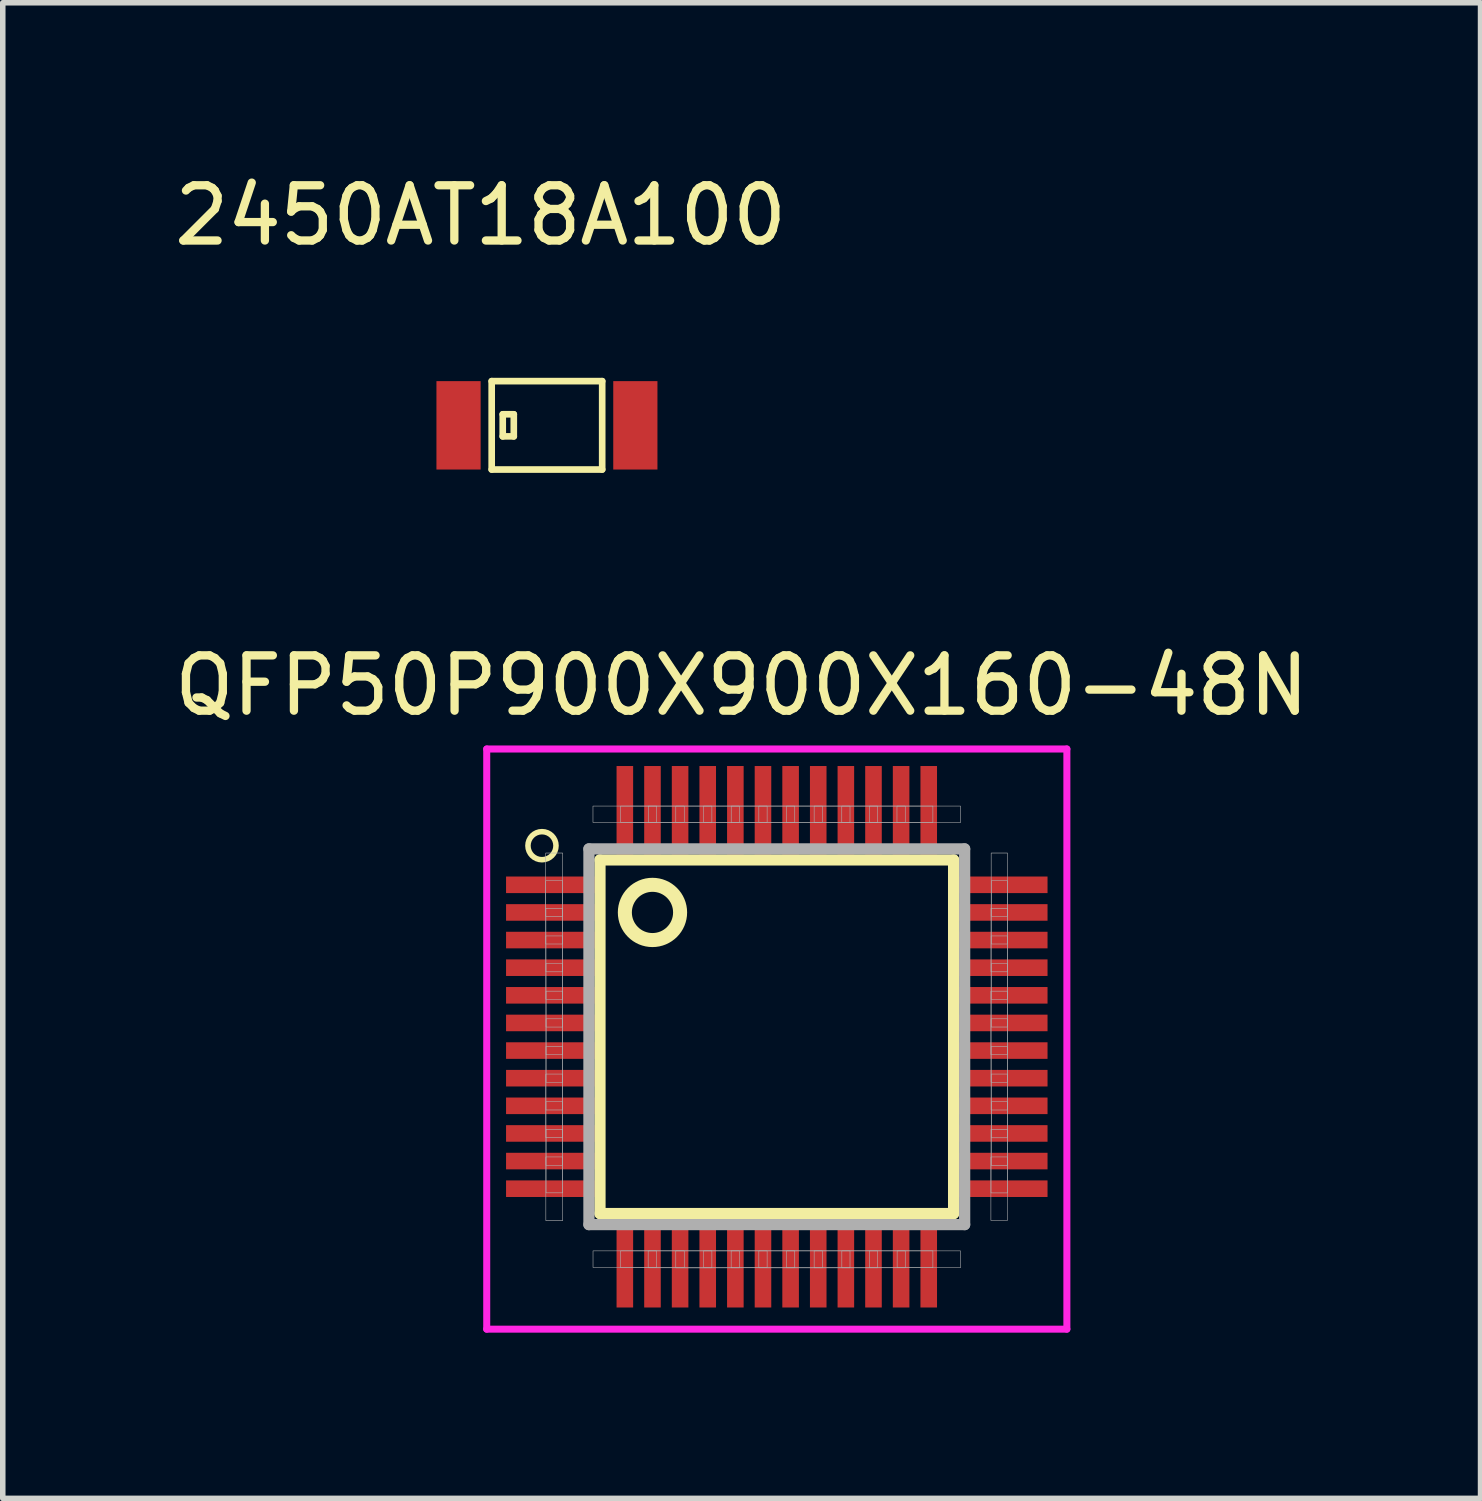
<source format=kicad_pcb>
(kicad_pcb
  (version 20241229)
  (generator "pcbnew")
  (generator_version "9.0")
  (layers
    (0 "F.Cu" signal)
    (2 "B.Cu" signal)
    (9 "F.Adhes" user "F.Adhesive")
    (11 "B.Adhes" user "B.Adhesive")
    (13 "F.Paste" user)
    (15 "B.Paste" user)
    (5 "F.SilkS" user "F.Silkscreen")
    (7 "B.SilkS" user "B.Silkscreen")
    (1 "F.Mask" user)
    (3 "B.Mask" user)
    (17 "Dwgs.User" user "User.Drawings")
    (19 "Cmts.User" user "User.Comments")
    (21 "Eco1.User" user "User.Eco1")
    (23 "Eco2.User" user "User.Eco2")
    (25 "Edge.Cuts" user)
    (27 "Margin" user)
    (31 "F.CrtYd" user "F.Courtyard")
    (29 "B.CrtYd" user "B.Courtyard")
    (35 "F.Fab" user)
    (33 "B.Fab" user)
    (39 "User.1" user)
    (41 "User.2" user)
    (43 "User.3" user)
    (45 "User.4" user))
  (footprint "2450AT18A100"
    (layer "F.Cu")
    (at 6.849 4.648)
    (property "Reference" "2450AT18A100" (at -1.2 -3.8 0) (layer "F.SilkS") (effects (font (size 1 1) (thickness 0.15))))
    (attr through_hole)
    (fp_line (start -1 -0.8) (end -1 0.8) (stroke (width 0.12) (type solid)) (layer "F.SilkS"))
    (fp_line (start -1 -0.8) (end 1 -0.8) (stroke (width 0.12) (type solid)) (layer "F.SilkS"))
    (fp_line (start -0.8 -0.2) (end -0.6 -0.2) (stroke (width 0.12) (type solid)) (layer "F.SilkS"))
    (fp_line (start -0.8 0.2) (end -0.8 -0.2) (stroke (width 0.12) (type solid)) (layer "F.SilkS"))
    (fp_line (start -0.6 -0.2) (end -0.6 0.2) (stroke (width 0.12) (type solid)) (layer "F.SilkS"))
    (fp_line (start -0.6 0.2) (end -0.8 0.2) (stroke (width 0.12) (type solid)) (layer "F.SilkS"))
    (fp_line (start 1 -0.8) (end 1 0.8) (stroke (width 0.12) (type solid)) (layer "F.SilkS"))
    (fp_line (start 1 0.8) (end -1 0.8) (stroke (width 0.12) (type solid)) (layer "F.SilkS"))
    (pad "1" smd rect (at -1.6 0) (size 0.8 1.6) (layers "F.Cu" "F.Mask" "F.Paste"))
    (pad "2" smd rect (at 1.6 0) (size 0.8 1.6) (layers "F.Cu" "F.Mask" "F.Paste")))
  (footprint "QFP50P900X900X160-48N"
    (layer "F.Cu")
    (at 11.009 15.756)
    (property "Reference" "QFP50P900X900X160-48N" (at -0.636 -6.399 0) (layer "F.SilkS") (effects (font (size 1.001 1.001) (thickness 0.15))))
    (attr through_hole)
    (fp_line (start -3.2 -3.242) (end 3.2 -3.242) (stroke (width 0.203) (type solid)) (layer "F.SilkS"))
    (fp_line (start -3.2 3.158) (end -3.2 -3.242) (stroke (width 0.203) (type solid)) (layer "F.SilkS"))
    (fp_line (start 3.2 -3.242) (end 3.2 3.158) (stroke (width 0.203) (type solid)) (layer "F.SilkS"))
    (fp_line (start 3.2 3.158) (end -3.2 3.158) (stroke (width 0.203) (type solid)) (layer "F.SilkS"))
    (fp_circle (center -4.25 -3.5) (end -3.996 -3.5) (stroke (width 0.1) (type solid)) (fill no) (layer "F.SilkS"))
    (fp_circle (center -2.25 -2.292) (end -1.75 -2.292) (stroke (width 0.254) (type solid)) (fill no) (layer "F.SilkS"))
    (fp_line (start -5.25 -5.25) (end 5.25 -5.25) (stroke (width 0.127) (type solid)) (layer "F.CrtYd"))
    (fp_line (start -5.25 5.25) (end -5.25 -5.25) (stroke (width 0.127) (type solid)) (layer "F.CrtYd"))
    (fp_line (start 5.25 -5.25) (end 5.25 5.25) (stroke (width 0.127) (type solid)) (layer "F.CrtYd"))
    (fp_line (start 5.25 5.25) (end -5.25 5.25) (stroke (width 0.127) (type solid)) (layer "F.CrtYd"))
    (fp_line (start -3.4 -3.442) (end -3.4 3.358) (stroke (width 0.203) (type solid)) (layer "F.Fab"))
    (fp_line (start -3.4 3.358) (end 3.4 3.358) (stroke (width 0.203) (type solid)) (layer "F.Fab"))
    (fp_line (start 3.4 -3.442) (end -3.4 -3.442) (stroke (width 0.203) (type solid)) (layer "F.Fab"))
    (fp_line (start 3.4 3.358) (end 3.4 -3.442) (stroke (width 0.203) (type solid)) (layer "F.Fab"))
    (fp_poly (pts (xy -4.182 -2.867) (xy -3.875 -2.867) (xy -3.875 -1.721) (xy -4.182 -1.721)) (stroke (width 0.01) (type solid)) (fill no) (layer "F.Fab"))
    (fp_poly (pts (xy -4.182 -3.367) (xy -3.875 -3.367) (xy -3.875 -2.221) (xy -4.182 -2.221)) (stroke (width 0.01) (type solid)) (fill no) (layer "F.Fab"))
    (fp_poly (pts (xy -4.181 0.633) (xy -3.875 0.633) (xy -3.875 1.785) (xy -4.181 1.785)) (stroke (width 0.01) (type solid)) (fill no) (layer "F.Fab"))
    (fp_poly (pts (xy -4.18 -1.867) (xy -3.875 -1.867) (xy -3.875 -0.718) (xy -4.18 -0.718)) (stroke (width 0.01) (type solid)) (fill no) (layer "F.Fab"))
    (fp_poly (pts (xy -4.18 2.133) (xy -3.875 2.133) (xy -3.875 3.286) (xy -4.18 3.286)) (stroke (width 0.01) (type solid)) (fill no) (layer "F.Fab"))
    (fp_poly (pts (xy -4.179 -2.367) (xy -3.875 -2.367) (xy -3.875 -1.218) (xy -4.179 -1.218)) (stroke (width 0.01) (type solid)) (fill no) (layer "F.Fab"))
    (fp_poly (pts (xy -4.178 1.133) (xy -3.875 1.133) (xy -3.875 2.284) (xy -4.178 2.284)) (stroke (width 0.01) (type solid)) (fill no) (layer "F.Fab"))
    (fp_poly (pts (xy -4.178 0.133) (xy -3.875 0.133) (xy -3.875 1.283) (xy -4.178 1.283)) (stroke (width 0.01) (type solid)) (fill no) (layer "F.Fab"))
    (fp_poly (pts (xy -4.177 -0.867) (xy -3.875 -0.867) (xy -3.875 0.283) (xy -4.177 0.283)) (stroke (width 0.01) (type solid)) (fill no) (layer "F.Fab"))
    (fp_poly (pts (xy -4.177 -1.367) (xy -3.875 -1.367) (xy -3.875 -0.217) (xy -4.177 -0.217)) (stroke (width 0.01) (type solid)) (fill no) (layer "F.Fab"))
    (fp_poly (pts (xy -4.176 1.633) (xy -3.875 1.633) (xy -3.875 2.783) (xy -4.176 2.783)) (stroke (width 0.01) (type solid)) (fill no) (layer "F.Fab"))
    (fp_poly (pts (xy -4.176 -0.367) (xy -3.875 -0.367) (xy -3.875 0.783) (xy -4.176 0.783)) (stroke (width 0.01) (type solid)) (fill no) (layer "F.Fab"))
    (fp_poly (pts (xy -3.327 -4.217) (xy -2.175 -4.217) (xy -2.175 -3.92) (xy -3.327 -3.92)) (stroke (width 0.01) (type solid)) (fill no) (layer "F.Fab"))
    (fp_poly (pts (xy -3.326 3.833) (xy -2.175 3.833) (xy -2.175 4.134) (xy -3.326 4.134)) (stroke (width 0.01) (type solid)) (fill no) (layer "F.Fab"))
    (fp_poly (pts (xy -2.829 3.833) (xy -1.675 3.833) (xy -1.675 4.138) (xy -2.829 4.138)) (stroke (width 0.01) (type solid)) (fill no) (layer "F.Fab"))
    (fp_poly (pts (xy -2.828 -4.217) (xy -1.675 -4.217) (xy -1.675 -3.922) (xy -2.828 -3.922)) (stroke (width 0.01) (type solid)) (fill no) (layer "F.Fab"))
    (fp_poly (pts (xy -2.328 3.833) (xy -1.175 3.833) (xy -1.175 4.139) (xy -2.328 4.139)) (stroke (width 0.01) (type solid)) (fill no) (layer "F.Fab"))
    (fp_poly (pts (xy -2.326 -4.217) (xy -1.175 -4.217) (xy -1.175 -3.919) (xy -2.326 -3.919)) (stroke (width 0.01) (type solid)) (fill no) (layer "F.Fab"))
    (fp_poly (pts (xy -1.828 3.833) (xy -0.675 3.833) (xy -0.675 4.141) (xy -1.828 4.141)) (stroke (width 0.01) (type solid)) (fill no) (layer "F.Fab"))
    (fp_poly (pts (xy -1.828 -4.217) (xy -0.675 -4.217) (xy -0.675 -3.923) (xy -1.828 -3.923)) (stroke (width 0.01) (type solid)) (fill no) (layer "F.Fab"))
    (fp_poly (pts (xy -1.327 -4.217) (xy -0.175 -4.217) (xy -0.175 -3.923) (xy -1.327 -3.923)) (stroke (width 0.01) (type solid)) (fill no) (layer "F.Fab"))
    (fp_poly (pts (xy -1.326 3.833) (xy -0.175 3.833) (xy -0.175 4.137) (xy -1.326 4.137)) (stroke (width 0.01) (type solid)) (fill no) (layer "F.Fab"))
    (fp_poly (pts (xy -0.826 3.833) (xy 0.325 3.833) (xy 0.325 4.139) (xy -0.826 4.139)) (stroke (width 0.01) (type solid)) (fill no) (layer "F.Fab"))
    (fp_poly (pts (xy -0.825 -4.217) (xy 0.325 -4.217) (xy 0.325 -3.918) (xy -0.825 -3.918)) (stroke (width 0.01) (type solid)) (fill no) (layer "F.Fab"))
    (fp_poly (pts (xy -0.325 -4.217) (xy 0.825 -4.217) (xy 0.825 -3.924) (xy -0.325 -3.924)) (stroke (width 0.01) (type solid)) (fill no) (layer "F.Fab"))
    (fp_poly (pts (xy -0.325 3.833) (xy 0.825 3.833) (xy 0.825 4.14) (xy -0.325 4.14)) (stroke (width 0.01) (type solid)) (fill no) (layer "F.Fab"))
    (fp_poly (pts (xy 0.175 -4.217) (xy 1.325 -4.217) (xy 1.325 -3.918) (xy 0.175 -3.918)) (stroke (width 0.01) (type solid)) (fill no) (layer "F.Fab"))
    (fp_poly (pts (xy 0.175 3.833) (xy 1.325 3.833) (xy 1.325 4.139) (xy 0.175 4.139)) (stroke (width 0.01) (type solid)) (fill no) (layer "F.Fab"))
    (fp_poly (pts (xy 0.676 -4.217) (xy 1.825 -4.217) (xy 1.825 -3.922) (xy 0.676 -3.922)) (stroke (width 0.01) (type solid)) (fill no) (layer "F.Fab"))
    (fp_poly (pts (xy 0.676 3.833) (xy 1.825 3.833) (xy 1.825 4.14) (xy 0.676 4.14)) (stroke (width 0.01) (type solid)) (fill no) (layer "F.Fab"))
    (fp_poly (pts (xy 1.176 -4.217) (xy 2.325 -4.217) (xy 2.325 -3.92) (xy 1.176 -3.92)) (stroke (width 0.01) (type solid)) (fill no) (layer "F.Fab"))
    (fp_poly (pts (xy 1.177 3.833) (xy 2.325 3.833) (xy 2.325 4.14) (xy 1.177 4.14)) (stroke (width 0.01) (type solid)) (fill no) (layer "F.Fab"))
    (fp_poly (pts (xy 1.677 -4.217) (xy 2.825 -4.217) (xy 2.825 -3.921) (xy 1.677 -3.921)) (stroke (width 0.01) (type solid)) (fill no) (layer "F.Fab"))
    (fp_poly (pts (xy 1.677 3.833) (xy 2.825 3.833) (xy 2.825 4.138) (xy 1.677 4.138)) (stroke (width 0.01) (type solid)) (fill no) (layer "F.Fab"))
    (fp_poly (pts (xy 2.175 -4.217) (xy 3.325 -4.217) (xy 3.325 -3.918) (xy 2.175 -3.918)) (stroke (width 0.01) (type solid)) (fill no) (layer "F.Fab"))
    (fp_poly (pts (xy 2.178 3.833) (xy 3.325 3.833) (xy 3.325 4.138) (xy 2.178 4.138)) (stroke (width 0.01) (type solid)) (fill no) (layer "F.Fab"))
    (fp_poly (pts (xy 3.875 2.133) (xy 4.175 2.133) (xy 4.175 3.283) (xy 3.875 3.283)) (stroke (width 0.01) (type solid)) (fill no) (layer "F.Fab"))
    (fp_poly (pts (xy 3.875 -0.867) (xy 4.175 -0.867) (xy 4.175 0.282) (xy 3.875 0.282)) (stroke (width 0.01) (type solid)) (fill no) (layer "F.Fab"))
    (fp_poly (pts (xy 3.877 -2.367) (xy 4.175 -2.367) (xy 4.175 -1.218) (xy 3.877 -1.218)) (stroke (width 0.01) (type solid)) (fill no) (layer "F.Fab"))
    (fp_poly (pts (xy 3.877 1.633) (xy 4.175 1.633) (xy 4.175 2.784) (xy 3.877 2.784)) (stroke (width 0.01) (type solid)) (fill no) (layer "F.Fab"))
    (fp_poly (pts (xy 3.878 -0.367) (xy 4.175 -0.367) (xy 4.175 0.783) (xy 3.878 0.783)) (stroke (width 0.01) (type solid)) (fill no) (layer "F.Fab"))
    (fp_poly (pts (xy 3.879 0.133) (xy 4.175 0.133) (xy 4.175 1.284) (xy 3.879 1.284)) (stroke (width 0.01) (type solid)) (fill no) (layer "F.Fab"))
    (fp_poly (pts (xy 3.879 -1.867) (xy 4.175 -1.867) (xy 4.175 -0.718) (xy 3.879 -0.718)) (stroke (width 0.01) (type solid)) (fill no) (layer "F.Fab"))
    (fp_poly (pts (xy 3.88 -3.367) (xy 4.175 -3.367) (xy 4.175 -2.22) (xy 3.88 -2.22)) (stroke (width 0.01) (type solid)) (fill no) (layer "F.Fab"))
    (fp_poly (pts (xy 3.881 -1.367) (xy 4.175 -1.367) (xy 4.175 -0.218) (xy 3.881 -0.218)) (stroke (width 0.01) (type solid)) (fill no) (layer "F.Fab"))
    (fp_poly (pts (xy 3.881 0.633) (xy 4.175 0.633) (xy 4.175 1.786) (xy 3.881 1.786)) (stroke (width 0.01) (type solid)) (fill no) (layer "F.Fab"))
    (fp_poly (pts (xy 3.882 1.133) (xy 4.175 1.133) (xy 4.175 2.287) (xy 3.882 2.287)) (stroke (width 0.01) (type solid)) (fill no) (layer "F.Fab"))
    (fp_poly (pts (xy 3.882 -2.867) (xy 4.175 -2.867) (xy 4.175 -1.721) (xy 3.882 -1.721)) (stroke (width 0.01) (type solid)) (fill no) (layer "F.Fab"))
    (pad "1" smd rect (at -4.1 -2.792) (size 1.6 0.3) (layers "F.Cu" "F.Mask" "F.Paste"))
    (pad "2" smd rect (at -4.1 -2.292) (size 1.6 0.3) (layers "F.Cu" "F.Mask" "F.Paste"))
    (pad "3" smd rect (at -4.1 -1.792) (size 1.6 0.3) (layers "F.Cu" "F.Mask" "F.Paste"))
    (pad "4" smd rect (at -4.1 -1.292) (size 1.6 0.3) (layers "F.Cu" "F.Mask" "F.Paste"))
    (pad "5" smd rect (at -4.1 -0.792) (size 1.6 0.3) (layers "F.Cu" "F.Mask" "F.Paste"))
    (pad "6" smd rect (at -4.1 -0.292) (size 1.6 0.3) (layers "F.Cu" "F.Mask" "F.Paste"))
    (pad "7" smd rect (at -4.1 0.208) (size 1.6 0.3) (layers "F.Cu" "F.Mask" "F.Paste"))
    (pad "8" smd rect (at -4.1 0.708) (size 1.6 0.3) (layers "F.Cu" "F.Mask" "F.Paste"))
    (pad "9" smd rect (at -4.1 1.208) (size 1.6 0.3) (layers "F.Cu" "F.Mask" "F.Paste"))
    (pad "10" smd rect (at -4.1 1.708) (size 1.6 0.3) (layers "F.Cu" "F.Mask" "F.Paste"))
    (pad "11" smd rect (at -4.1 2.208) (size 1.6 0.3) (layers "F.Cu" "F.Mask" "F.Paste"))
    (pad "12" smd rect (at -4.1 2.708) (size 1.6 0.3) (layers "F.Cu" "F.Mask" "F.Paste"))
    (pad "13" smd rect (at -2.75 4.058) (size 0.3 1.6) (layers "F.Cu" "F.Mask" "F.Paste"))
    (pad "14" smd rect (at -2.25 4.058) (size 0.3 1.6) (layers "F.Cu" "F.Mask" "F.Paste"))
    (pad "15" smd rect (at -1.75 4.058) (size 0.3 1.6) (layers "F.Cu" "F.Mask" "F.Paste"))
    (pad "16" smd rect (at -1.25 4.058) (size 0.3 1.6) (layers "F.Cu" "F.Mask" "F.Paste"))
    (pad "17" smd rect (at -0.75 4.058) (size 0.3 1.6) (layers "F.Cu" "F.Mask" "F.Paste"))
    (pad "18" smd rect (at -0.25 4.058) (size 0.3 1.6) (layers "F.Cu" "F.Mask" "F.Paste"))
    (pad "19" smd rect (at 0.25 4.058) (size 0.3 1.6) (layers "F.Cu" "F.Mask" "F.Paste"))
    (pad "20" smd rect (at 0.75 4.058) (size 0.3 1.6) (layers "F.Cu" "F.Mask" "F.Paste"))
    (pad "21" smd rect (at 1.25 4.058) (size 0.3 1.6) (layers "F.Cu" "F.Mask" "F.Paste"))
    (pad "22" smd rect (at 1.75 4.058) (size 0.3 1.6) (layers "F.Cu" "F.Mask" "F.Paste"))
    (pad "23" smd rect (at 2.25 4.058) (size 0.3 1.6) (layers "F.Cu" "F.Mask" "F.Paste"))
    (pad "24" smd rect (at 2.75 4.058) (size 0.3 1.6) (layers "F.Cu" "F.Mask" "F.Paste"))
    (pad "25" smd rect (at 4.1 2.708) (size 1.6 0.3) (layers "F.Cu" "F.Mask" "F.Paste"))
    (pad "26" smd rect (at 4.1 2.208) (size 1.6 0.3) (layers "F.Cu" "F.Mask" "F.Paste"))
    (pad "27" smd rect (at 4.1 1.708) (size 1.6 0.3) (layers "F.Cu" "F.Mask" "F.Paste"))
    (pad "28" smd rect (at 4.1 1.208) (size 1.6 0.3) (layers "F.Cu" "F.Mask" "F.Paste"))
    (pad "29" smd rect (at 4.1 0.708) (size 1.6 0.3) (layers "F.Cu" "F.Mask" "F.Paste"))
    (pad "30" smd rect (at 4.1 0.208) (size 1.6 0.3) (layers "F.Cu" "F.Mask" "F.Paste"))
    (pad "31" smd rect (at 4.1 -0.292) (size 1.6 0.3) (layers "F.Cu" "F.Mask" "F.Paste"))
    (pad "32" smd rect (at 4.1 -0.792) (size 1.6 0.3) (layers "F.Cu" "F.Mask" "F.Paste"))
    (pad "33" smd rect (at 4.1 -1.292) (size 1.6 0.3) (layers "F.Cu" "F.Mask" "F.Paste"))
    (pad "34" smd rect (at 4.1 -1.792) (size 1.6 0.3) (layers "F.Cu" "F.Mask" "F.Paste"))
    (pad "35" smd rect (at 4.1 -2.292) (size 1.6 0.3) (layers "F.Cu" "F.Mask" "F.Paste"))
    (pad "36" smd rect (at 4.1 -2.792) (size 1.6 0.3) (layers "F.Cu" "F.Mask" "F.Paste"))
    (pad "37" smd rect (at 2.75 -4.142) (size 0.3 1.6) (layers "F.Cu" "F.Mask" "F.Paste"))
    (pad "38" smd rect (at 2.25 -4.142) (size 0.3 1.6) (layers "F.Cu" "F.Mask" "F.Paste"))
    (pad "39" smd rect (at 1.75 -4.142) (size 0.3 1.6) (layers "F.Cu" "F.Mask" "F.Paste"))
    (pad "40" smd rect (at 1.25 -4.142) (size 0.3 1.6) (layers "F.Cu" "F.Mask" "F.Paste"))
    (pad "41" smd rect (at 0.75 -4.142) (size 0.3 1.6) (layers "F.Cu" "F.Mask" "F.Paste"))
    (pad "42" smd rect (at 0.25 -4.142) (size 0.3 1.6) (layers "F.Cu" "F.Mask" "F.Paste"))
    (pad "43" smd rect (at -0.25 -4.142) (size 0.3 1.6) (layers "F.Cu" "F.Mask" "F.Paste"))
    (pad "44" smd rect (at -0.75 -4.142) (size 0.3 1.6) (layers "F.Cu" "F.Mask" "F.Paste"))
    (pad "45" smd rect (at -1.25 -4.142) (size 0.3 1.6) (layers "F.Cu" "F.Mask" "F.Paste"))
    (pad "46" smd rect (at -1.75 -4.142) (size 0.3 1.6) (layers "F.Cu" "F.Mask" "F.Paste"))
    (pad "47" smd rect (at -2.25 -4.142) (size 0.3 1.6) (layers "F.Cu" "F.Mask" "F.Paste"))
    (pad "48" smd rect (at -2.75 -4.142) (size 0.3 1.6) (layers "F.Cu" "F.Mask" "F.Paste")))
  (gr_rect
    (start -3 -3)
    (end 23.746 24.069)
    (stroke (width 0.1) (type default))
    (fill no)
    (layer "Edge.Cuts")))
</source>
